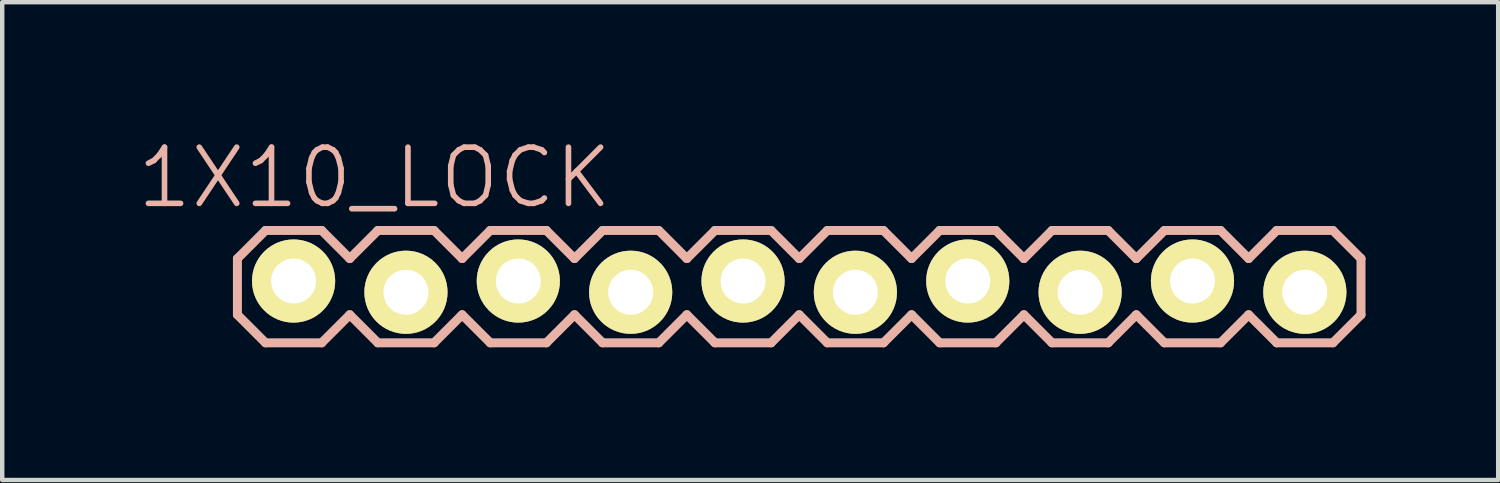
<source format=kicad_pcb>
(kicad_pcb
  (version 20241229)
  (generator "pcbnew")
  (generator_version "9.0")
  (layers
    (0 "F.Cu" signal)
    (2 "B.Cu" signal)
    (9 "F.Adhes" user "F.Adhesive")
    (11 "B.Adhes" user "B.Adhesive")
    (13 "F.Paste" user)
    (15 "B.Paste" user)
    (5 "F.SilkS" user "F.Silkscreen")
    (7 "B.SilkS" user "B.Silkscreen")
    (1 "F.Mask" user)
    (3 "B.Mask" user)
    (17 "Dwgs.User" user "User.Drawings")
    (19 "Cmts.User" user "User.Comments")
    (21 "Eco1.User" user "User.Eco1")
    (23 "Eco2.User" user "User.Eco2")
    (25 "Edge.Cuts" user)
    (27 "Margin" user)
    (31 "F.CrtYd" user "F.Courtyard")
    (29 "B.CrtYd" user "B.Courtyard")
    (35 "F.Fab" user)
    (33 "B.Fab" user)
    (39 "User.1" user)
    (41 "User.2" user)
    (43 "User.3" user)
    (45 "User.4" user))
  (footprint "1X10_LOCK"
    (layer "F.Cu")
    (at 3.587 3.43)
    (property "Reference" "1X10_LOCK" (at 1.829 -2.464 0) (layer "B.SilkS") (effects (font (size 1.27 1.27) (thickness 0.127))))
    (attr exclude_from_pos_files exclude_from_bom)
    (fp_line (start -0.254 -0.254) (end 0.254 -0.254) (stroke (width 0.066) (type solid)) (layer "F.SilkS"))
    (fp_line (start -0.254 0.254) (end -0.254 -0.254) (stroke (width 0.066) (type solid)) (layer "F.SilkS"))
    (fp_line (start -0.254 0.254) (end 0.254 0.254) (stroke (width 0.066) (type solid)) (layer "F.SilkS"))
    (fp_line (start 0.254 0.254) (end 0.254 -0.254) (stroke (width 0.066) (type solid)) (layer "F.SilkS"))
    (fp_line (start 2.286 -0.254) (end 2.794 -0.254) (stroke (width 0.066) (type solid)) (layer "F.SilkS"))
    (fp_line (start 2.286 0.254) (end 2.286 -0.254) (stroke (width 0.066) (type solid)) (layer "F.SilkS"))
    (fp_line (start 2.286 0.254) (end 2.794 0.254) (stroke (width 0.066) (type solid)) (layer "F.SilkS"))
    (fp_line (start 2.794 0.254) (end 2.794 -0.254) (stroke (width 0.066) (type solid)) (layer "F.SilkS"))
    (fp_line (start 4.826 -0.254) (end 5.334 -0.254) (stroke (width 0.066) (type solid)) (layer "F.SilkS"))
    (fp_line (start 4.826 0.254) (end 4.826 -0.254) (stroke (width 0.066) (type solid)) (layer "F.SilkS"))
    (fp_line (start 4.826 0.254) (end 5.334 0.254) (stroke (width 0.066) (type solid)) (layer "F.SilkS"))
    (fp_line (start 5.334 0.254) (end 5.334 -0.254) (stroke (width 0.066) (type solid)) (layer "F.SilkS"))
    (fp_line (start 7.366 -0.254) (end 7.874 -0.254) (stroke (width 0.066) (type solid)) (layer "F.SilkS"))
    (fp_line (start 7.366 0.254) (end 7.366 -0.254) (stroke (width 0.066) (type solid)) (layer "F.SilkS"))
    (fp_line (start 7.366 0.254) (end 7.874 0.254) (stroke (width 0.066) (type solid)) (layer "F.SilkS"))
    (fp_line (start 7.874 0.254) (end 7.874 -0.254) (stroke (width 0.066) (type solid)) (layer "F.SilkS"))
    (fp_line (start 9.906 -0.254) (end 10.414 -0.254) (stroke (width 0.066) (type solid)) (layer "F.SilkS"))
    (fp_line (start 9.906 0.254) (end 9.906 -0.254) (stroke (width 0.066) (type solid)) (layer "F.SilkS"))
    (fp_line (start 9.906 0.254) (end 10.414 0.254) (stroke (width 0.066) (type solid)) (layer "F.SilkS"))
    (fp_line (start 10.414 0.254) (end 10.414 -0.254) (stroke (width 0.066) (type solid)) (layer "F.SilkS"))
    (fp_line (start 12.446 -0.254) (end 12.954 -0.254) (stroke (width 0.066) (type solid)) (layer "F.SilkS"))
    (fp_line (start 12.446 0.254) (end 12.446 -0.254) (stroke (width 0.066) (type solid)) (layer "F.SilkS"))
    (fp_line (start 12.446 0.254) (end 12.954 0.254) (stroke (width 0.066) (type solid)) (layer "F.SilkS"))
    (fp_line (start 12.954 0.254) (end 12.954 -0.254) (stroke (width 0.066) (type solid)) (layer "F.SilkS"))
    (fp_line (start 14.986 -0.254) (end 15.494 -0.254) (stroke (width 0.066) (type solid)) (layer "F.SilkS"))
    (fp_line (start 14.986 0.254) (end 14.986 -0.254) (stroke (width 0.066) (type solid)) (layer "F.SilkS"))
    (fp_line (start 14.986 0.254) (end 15.494 0.254) (stroke (width 0.066) (type solid)) (layer "F.SilkS"))
    (fp_line (start 15.494 0.254) (end 15.494 -0.254) (stroke (width 0.066) (type solid)) (layer "F.SilkS"))
    (fp_line (start 17.523 -0.254) (end 18.034 -0.254) (stroke (width 0.066) (type solid)) (layer "F.SilkS"))
    (fp_line (start 17.523 0.254) (end 17.523 -0.254) (stroke (width 0.066) (type solid)) (layer "F.SilkS"))
    (fp_line (start 17.523 0.254) (end 18.034 0.254) (stroke (width 0.066) (type solid)) (layer "F.SilkS"))
    (fp_line (start 18.034 0.254) (end 18.034 -0.254) (stroke (width 0.066) (type solid)) (layer "F.SilkS"))
    (fp_line (start 20.066 -0.254) (end 20.574 -0.254) (stroke (width 0.066) (type solid)) (layer "F.SilkS"))
    (fp_line (start 20.066 0.254) (end 20.066 -0.254) (stroke (width 0.066) (type solid)) (layer "F.SilkS"))
    (fp_line (start 20.066 0.254) (end 20.574 0.254) (stroke (width 0.066) (type solid)) (layer "F.SilkS"))
    (fp_line (start 20.574 0.254) (end 20.574 -0.254) (stroke (width 0.066) (type solid)) (layer "F.SilkS"))
    (fp_line (start 22.606 -0.254) (end 23.114 -0.254) (stroke (width 0.066) (type solid)) (layer "F.SilkS"))
    (fp_line (start 22.606 0.254) (end 22.606 -0.254) (stroke (width 0.066) (type solid)) (layer "F.SilkS"))
    (fp_line (start 22.606 0.254) (end 23.114 0.254) (stroke (width 0.066) (type solid)) (layer "F.SilkS"))
    (fp_line (start 23.114 0.254) (end 23.114 -0.254) (stroke (width 0.066) (type solid)) (layer "F.SilkS"))
    (fp_line (start -1.27 -0.635) (end -1.27 0.635) (stroke (width 0.203) (type solid)) (layer "B.SilkS"))
    (fp_line (start -1.27 0.635) (end -0.635 1.27) (stroke (width 0.203) (type solid)) (layer "B.SilkS"))
    (fp_line (start -0.635 -1.27) (end -1.27 -0.635) (stroke (width 0.203) (type solid)) (layer "B.SilkS"))
    (fp_line (start -0.635 -1.27) (end 0.635 -1.27) (stroke (width 0.203) (type solid)) (layer "B.SilkS"))
    (fp_line (start 0.635 -1.27) (end 1.27 -0.635) (stroke (width 0.203) (type solid)) (layer "B.SilkS"))
    (fp_line (start 0.635 1.27) (end -0.635 1.27) (stroke (width 0.203) (type solid)) (layer "B.SilkS"))
    (fp_line (start 1.27 -0.635) (end 1.905 -1.27) (stroke (width 0.203) (type solid)) (layer "B.SilkS"))
    (fp_line (start 1.27 0.635) (end 0.635 1.27) (stroke (width 0.203) (type solid)) (layer "B.SilkS"))
    (fp_line (start 1.905 -1.27) (end 3.175 -1.27) (stroke (width 0.203) (type solid)) (layer "B.SilkS"))
    (fp_line (start 1.905 1.27) (end 1.27 0.635) (stroke (width 0.203) (type solid)) (layer "B.SilkS"))
    (fp_line (start 3.175 -1.27) (end 3.81 -0.635) (stroke (width 0.203) (type solid)) (layer "B.SilkS"))
    (fp_line (start 3.175 1.27) (end 1.905 1.27) (stroke (width 0.203) (type solid)) (layer "B.SilkS"))
    (fp_line (start 3.81 -0.635) (end 4.445 -1.27) (stroke (width 0.203) (type solid)) (layer "B.SilkS"))
    (fp_line (start 3.81 0.635) (end 3.175 1.27) (stroke (width 0.203) (type solid)) (layer "B.SilkS"))
    (fp_line (start 4.445 -1.27) (end 5.715 -1.27) (stroke (width 0.203) (type solid)) (layer "B.SilkS"))
    (fp_line (start 4.445 1.27) (end 3.81 0.635) (stroke (width 0.203) (type solid)) (layer "B.SilkS"))
    (fp_line (start 5.715 -1.27) (end 6.35 -0.635) (stroke (width 0.203) (type solid)) (layer "B.SilkS"))
    (fp_line (start 5.715 1.27) (end 4.445 1.27) (stroke (width 0.203) (type solid)) (layer "B.SilkS"))
    (fp_line (start 6.35 0.635) (end 5.715 1.27) (stroke (width 0.203) (type solid)) (layer "B.SilkS"))
    (fp_line (start 6.35 0.635) (end 6.985 1.27) (stroke (width 0.203) (type solid)) (layer "B.SilkS"))
    (fp_line (start 6.985 -1.27) (end 6.35 -0.635) (stroke (width 0.203) (type solid)) (layer "B.SilkS"))
    (fp_line (start 6.985 -1.27) (end 8.255 -1.27) (stroke (width 0.203) (type solid)) (layer "B.SilkS"))
    (fp_line (start 8.255 -1.27) (end 8.89 -0.635) (stroke (width 0.203) (type solid)) (layer "B.SilkS"))
    (fp_line (start 8.255 1.27) (end 6.985 1.27) (stroke (width 0.203) (type solid)) (layer "B.SilkS"))
    (fp_line (start 8.89 -0.635) (end 9.525 -1.27) (stroke (width 0.203) (type solid)) (layer "B.SilkS"))
    (fp_line (start 8.89 0.635) (end 8.255 1.27) (stroke (width 0.203) (type solid)) (layer "B.SilkS"))
    (fp_line (start 9.525 -1.27) (end 10.795 -1.27) (stroke (width 0.203) (type solid)) (layer "B.SilkS"))
    (fp_line (start 9.525 1.27) (end 8.89 0.635) (stroke (width 0.203) (type solid)) (layer "B.SilkS"))
    (fp_line (start 10.795 -1.27) (end 11.43 -0.635) (stroke (width 0.203) (type solid)) (layer "B.SilkS"))
    (fp_line (start 10.795 1.27) (end 9.525 1.27) (stroke (width 0.203) (type solid)) (layer "B.SilkS"))
    (fp_line (start 11.43 -0.635) (end 12.065 -1.27) (stroke (width 0.203) (type solid)) (layer "B.SilkS"))
    (fp_line (start 11.43 0.635) (end 10.795 1.27) (stroke (width 0.203) (type solid)) (layer "B.SilkS"))
    (fp_line (start 12.065 -1.27) (end 13.335 -1.27) (stroke (width 0.203) (type solid)) (layer "B.SilkS"))
    (fp_line (start 12.065 1.27) (end 11.43 0.635) (stroke (width 0.203) (type solid)) (layer "B.SilkS"))
    (fp_line (start 13.335 -1.27) (end 13.97 -0.635) (stroke (width 0.203) (type solid)) (layer "B.SilkS"))
    (fp_line (start 13.335 1.27) (end 12.065 1.27) (stroke (width 0.203) (type solid)) (layer "B.SilkS"))
    (fp_line (start 13.97 0.635) (end 13.335 1.27) (stroke (width 0.203) (type solid)) (layer "B.SilkS"))
    (fp_line (start 13.97 0.635) (end 14.605 1.27) (stroke (width 0.203) (type solid)) (layer "B.SilkS"))
    (fp_line (start 14.605 -1.27) (end 13.97 -0.635) (stroke (width 0.203) (type solid)) (layer "B.SilkS"))
    (fp_line (start 14.605 -1.27) (end 15.875 -1.27) (stroke (width 0.203) (type solid)) (layer "B.SilkS"))
    (fp_line (start 15.875 -1.27) (end 16.51 -0.635) (stroke (width 0.203) (type solid)) (layer "B.SilkS"))
    (fp_line (start 15.875 1.27) (end 14.605 1.27) (stroke (width 0.203) (type solid)) (layer "B.SilkS"))
    (fp_line (start 16.51 0.635) (end 15.875 1.27) (stroke (width 0.203) (type solid)) (layer "B.SilkS"))
    (fp_line (start 16.51 0.635) (end 17.145 1.27) (stroke (width 0.203) (type solid)) (layer "B.SilkS"))
    (fp_line (start 17.145 -1.27) (end 16.51 -0.635) (stroke (width 0.203) (type solid)) (layer "B.SilkS"))
    (fp_line (start 17.145 -1.27) (end 18.415 -1.27) (stroke (width 0.203) (type solid)) (layer "B.SilkS"))
    (fp_line (start 18.415 -1.27) (end 19.05 -0.635) (stroke (width 0.203) (type solid)) (layer "B.SilkS"))
    (fp_line (start 18.415 1.27) (end 17.145 1.27) (stroke (width 0.203) (type solid)) (layer "B.SilkS"))
    (fp_line (start 19.05 0.635) (end 18.415 1.27) (stroke (width 0.203) (type solid)) (layer "B.SilkS"))
    (fp_line (start 19.05 0.635) (end 19.685 1.27) (stroke (width 0.203) (type solid)) (layer "B.SilkS"))
    (fp_line (start 19.685 -1.27) (end 19.05 -0.635) (stroke (width 0.203) (type solid)) (layer "B.SilkS"))
    (fp_line (start 19.685 -1.27) (end 20.955 -1.27) (stroke (width 0.203) (type solid)) (layer "B.SilkS"))
    (fp_line (start 20.955 -1.27) (end 21.59 -0.635) (stroke (width 0.203) (type solid)) (layer "B.SilkS"))
    (fp_line (start 20.955 1.27) (end 19.685 1.27) (stroke (width 0.203) (type solid)) (layer "B.SilkS"))
    (fp_line (start 21.59 0.635) (end 20.955 1.27) (stroke (width 0.203) (type solid)) (layer "B.SilkS"))
    (fp_line (start 21.59 0.635) (end 22.225 1.27) (stroke (width 0.203) (type solid)) (layer "B.SilkS"))
    (fp_line (start 22.225 -1.27) (end 21.59 -0.635) (stroke (width 0.203) (type solid)) (layer "B.SilkS"))
    (fp_line (start 22.225 -1.27) (end 23.495 -1.27) (stroke (width 0.203) (type solid)) (layer "B.SilkS"))
    (fp_line (start 23.495 -1.27) (end 24.13 -0.635) (stroke (width 0.203) (type solid)) (layer "B.SilkS"))
    (fp_line (start 23.495 1.27) (end 22.225 1.27) (stroke (width 0.203) (type solid)) (layer "B.SilkS"))
    (fp_line (start 24.13 -0.635) (end 24.13 0.635) (stroke (width 0.203) (type solid)) (layer "B.SilkS"))
    (fp_line (start 24.13 0.635) (end 23.495 1.27) (stroke (width 0.203) (type solid)) (layer "B.SilkS"))
    (pad "1" thru_hole circle (at 0 -0.127) (size 1.88 1.88) (drill 1.016) (layers "*.Cu" "F.Mask" "F.SilkS" "F.Paste"))
    (pad "2" thru_hole circle (at 2.54 0.127) (size 1.88 1.88) (drill 1.016) (layers "*.Cu" "F.Mask" "F.SilkS" "F.Paste"))
    (pad "3" thru_hole circle (at 5.08 -0.127) (size 1.88 1.88) (drill 1.016) (layers "*.Cu" "F.Mask" "F.SilkS" "F.Paste"))
    (pad "4" thru_hole circle (at 7.62 0.127) (size 1.88 1.88) (drill 1.016) (layers "*.Cu" "F.Mask" "F.SilkS" "F.Paste"))
    (pad "5" thru_hole circle (at 10.16 -0.127) (size 1.88 1.88) (drill 1.016) (layers "*.Cu" "F.Mask" "F.SilkS" "F.Paste"))
    (pad "6" thru_hole circle (at 12.7 0.127) (size 1.88 1.88) (drill 1.016) (layers "*.Cu" "F.Mask" "F.SilkS" "F.Paste"))
    (pad "7" thru_hole circle (at 15.24 -0.127) (size 1.88 1.88) (drill 1.016) (layers "*.Cu" "F.Mask" "F.SilkS" "F.Paste"))
    (pad "8" thru_hole circle (at 17.78 0.127) (size 1.88 1.88) (drill 1.016) (layers "*.Cu" "F.Mask" "F.SilkS" "F.Paste"))
    (pad "9" thru_hole circle (at 20.32 -0.127) (size 1.88 1.88) (drill 1.016) (layers "*.Cu" "F.Mask" "F.SilkS" "F.Paste"))
    (pad "10" thru_hole circle (at 22.86 0.127) (size 1.88 1.88) (drill 1.016) (layers "*.Cu" "F.Mask" "F.SilkS" "F.Paste")))
  (gr_rect
    (start -3 -3)
    (end 30.818 7.801)
    (stroke (width 0.1) (type default))
    (fill no)
    (layer "Edge.Cuts")))
</source>
